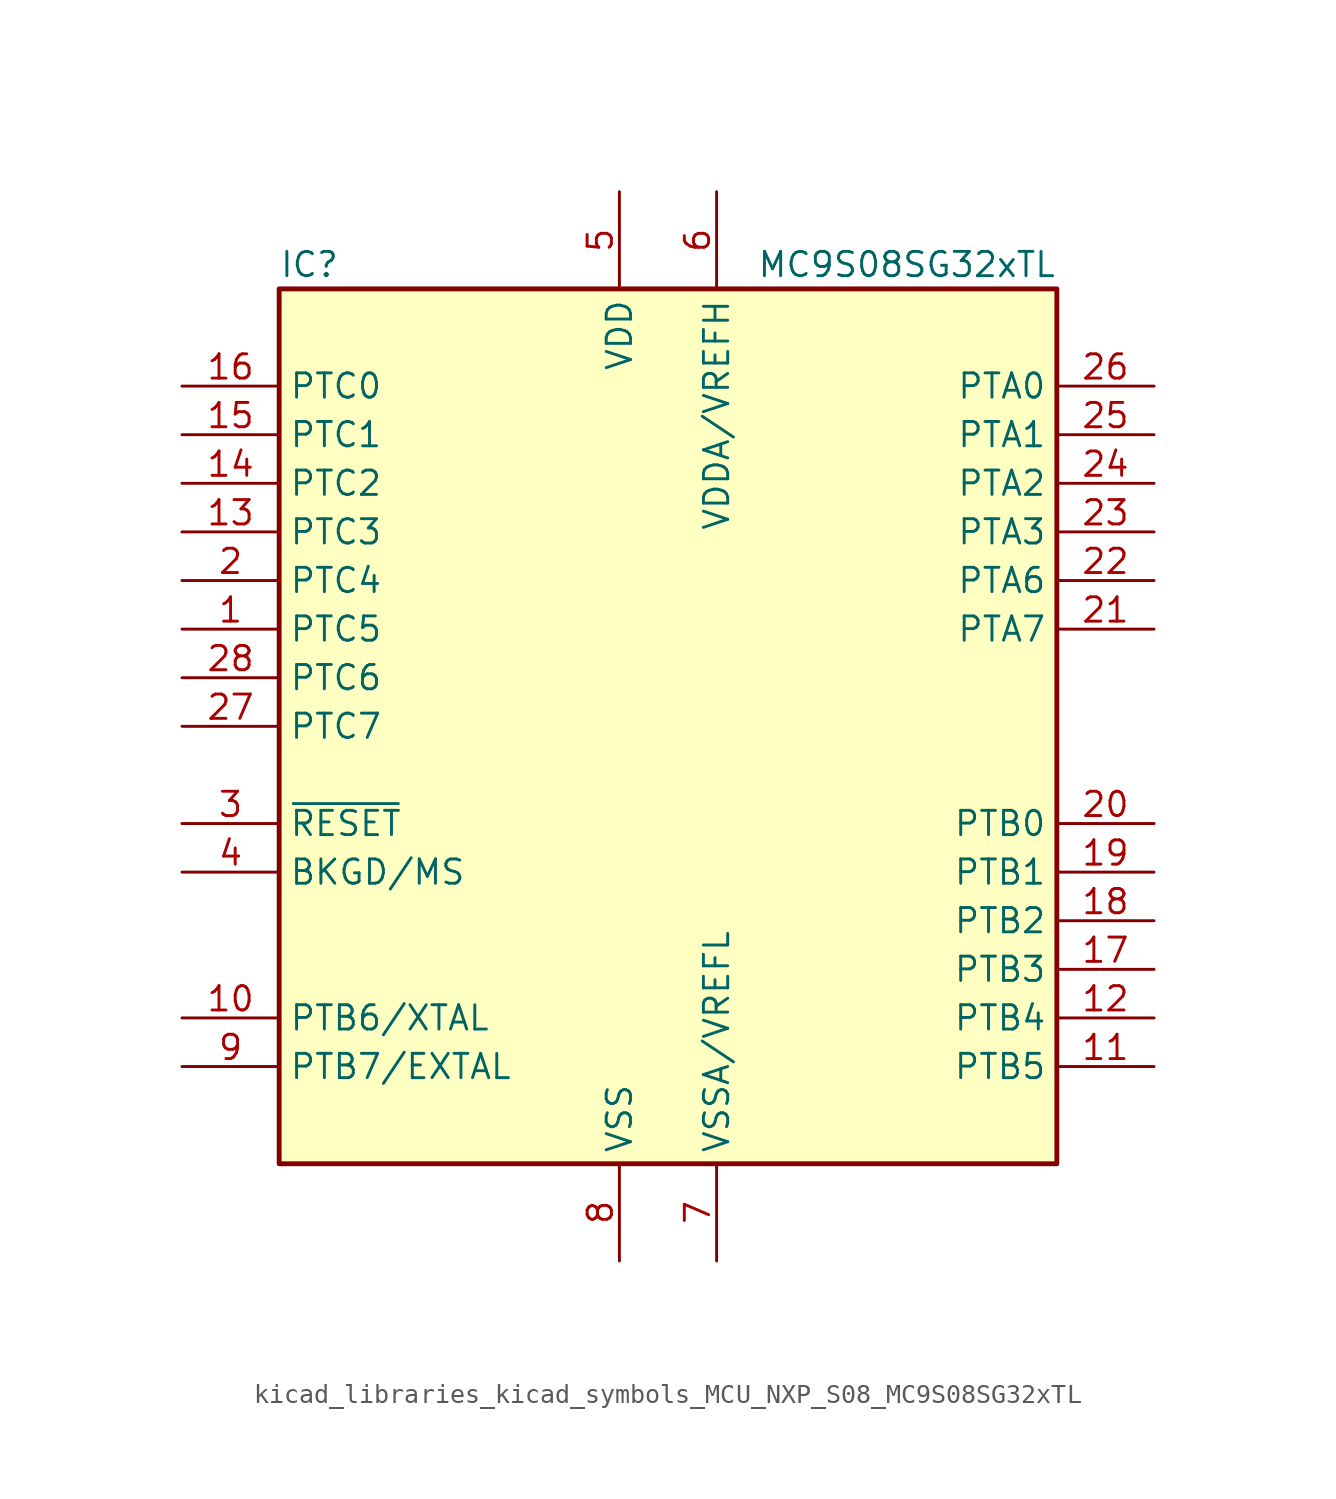
<source format=kicad_sym>
(kicad_symbol_lib
  (version 20220914)
  (generator kicad_symbol_editor)
  (symbol "kicad_libraries_kicad_symbols_MCU_NXP_S08_MC9S08SG32xTL"
    (property "Reference" "IC"
      (at -20.32 24.13 0)
      (effects (font (size 1.27 1.27)) (justify left)))
    (property "Value" "MC9S08SG32xTL"
      (at 20.32 24.13 0)
      (effects (font (size 1.27 1.27)) (justify right)))
    (symbol "kicad_libraries_kicad_symbols_MCU_NXP_S08_MC9S08SG32xTL_0_1"
      (rectangle (start -20.32 22.86) (end 20.32 -22.86) (stroke (width 0.254) (type default)) (fill (type background))))
    (symbol "kicad_libraries_kicad_symbols_MCU_NXP_S08_MC9S08SG32xTL_1_1"
      (pin bidirectional line (at -25.4 5.08 0) (length 5.08) (name "PTC5" (effects (font (size 1.27 1.27)))) (number "1" (effects (font (size 1.27 1.27)))))
      (pin bidirectional line (at -25.4 -15.24 0) (length 5.08) (name "PTB6/XTAL" (effects (font (size 1.27 1.27)))) (number "10" (effects (font (size 1.27 1.27)))))
      (pin bidirectional line (at 25.4 -17.78 180) (length 5.08) (name "PTB5" (effects (font (size 1.27 1.27)))) (number "11" (effects (font (size 1.27 1.27)))))
      (pin bidirectional line (at 25.4 -15.24 180) (length 5.08) (name "PTB4" (effects (font (size 1.27 1.27)))) (number "12" (effects (font (size 1.27 1.27)))))
      (pin bidirectional line (at -25.4 10.16 0) (length 5.08) (name "PTC3" (effects (font (size 1.27 1.27)))) (number "13" (effects (font (size 1.27 1.27)))))
      (pin bidirectional line (at -25.4 12.7 0) (length 5.08) (name "PTC2" (effects (font (size 1.27 1.27)))) (number "14" (effects (font (size 1.27 1.27)))))
      (pin bidirectional line (at -25.4 15.24 0) (length 5.08) (name "PTC1" (effects (font (size 1.27 1.27)))) (number "15" (effects (font (size 1.27 1.27)))))
      (pin bidirectional line (at -25.4 17.78 0) (length 5.08) (name "PTC0" (effects (font (size 1.27 1.27)))) (number "16" (effects (font (size 1.27 1.27)))))
      (pin bidirectional line (at 25.4 -12.7 180) (length 5.08) (name "PTB3" (effects (font (size 1.27 1.27)))) (number "17" (effects (font (size 1.27 1.27)))))
      (pin bidirectional line (at 25.4 -10.16 180) (length 5.08) (name "PTB2" (effects (font (size 1.27 1.27)))) (number "18" (effects (font (size 1.27 1.27)))))
      (pin bidirectional line (at 25.4 -7.62 180) (length 5.08) (name "PTB1" (effects (font (size 1.27 1.27)))) (number "19" (effects (font (size 1.27 1.27)))))
      (pin bidirectional line (at -25.4 7.62 0) (length 5.08) (name "PTC4" (effects (font (size 1.27 1.27)))) (number "2" (effects (font (size 1.27 1.27)))))
      (pin bidirectional line (at 25.4 -5.08 180) (length 5.08) (name "PTB0" (effects (font (size 1.27 1.27)))) (number "20" (effects (font (size 1.27 1.27)))))
      (pin bidirectional line (at 25.4 5.08 180) (length 5.08) (name "PTA7" (effects (font (size 1.27 1.27)))) (number "21" (effects (font (size 1.27 1.27)))))
      (pin bidirectional line (at 25.4 7.62 180) (length 5.08) (name "PTA6" (effects (font (size 1.27 1.27)))) (number "22" (effects (font (size 1.27 1.27)))))
      (pin bidirectional line (at 25.4 10.16 180) (length 5.08) (name "PTA3" (effects (font (size 1.27 1.27)))) (number "23" (effects (font (size 1.27 1.27)))))
      (pin bidirectional line (at 25.4 12.7 180) (length 5.08) (name "PTA2" (effects (font (size 1.27 1.27)))) (number "24" (effects (font (size 1.27 1.27)))))
      (pin bidirectional line (at 25.4 15.24 180) (length 5.08) (name "PTA1" (effects (font (size 1.27 1.27)))) (number "25" (effects (font (size 1.27 1.27)))))
      (pin bidirectional line (at 25.4 17.78 180) (length 5.08) (name "PTA0" (effects (font (size 1.27 1.27)))) (number "26" (effects (font (size 1.27 1.27)))))
      (pin bidirectional line (at -25.4 0 0) (length 5.08) (name "PTC7" (effects (font (size 1.27 1.27)))) (number "27" (effects (font (size 1.27 1.27)))))
      (pin bidirectional line (at -25.4 2.54 0) (length 5.08) (name "PTC6" (effects (font (size 1.27 1.27)))) (number "28" (effects (font (size 1.27 1.27)))))
      (pin input line (at -25.4 -5.08 0) (length 5.08) (name "~{RESET}" (effects (font (size 1.27 1.27)))) (number "3" (effects (font (size 1.27 1.27)))))
      (pin bidirectional line (at -25.4 -7.62 0) (length 5.08) (name "BKGD/MS" (effects (font (size 1.27 1.27)))) (number "4" (effects (font (size 1.27 1.27)))))
      (pin power_in line (at -2.54 27.94 270) (length 5.08) (name "VDD" (effects (font (size 1.27 1.27)))) (number "5" (effects (font (size 1.27 1.27)))))
      (pin power_in line (at 2.54 27.94 270) (length 5.08) (name "VDDA/VREFH" (effects (font (size 1.27 1.27)))) (number "6" (effects (font (size 1.27 1.27)))))
      (pin power_in line (at 2.54 -27.94 90) (length 5.08) (name "VSSA/VREFL" (effects (font (size 1.27 1.27)))) (number "7" (effects (font (size 1.27 1.27)))))
      (pin power_in line (at -2.54 -27.94 90) (length 5.08) (name "VSS" (effects (font (size 1.27 1.27)))) (number "8" (effects (font (size 1.27 1.27)))))
      (pin bidirectional line (at -25.4 -17.78 0) (length 5.08) (name "PTB7/EXTAL" (effects (font (size 1.27 1.27)))) (number "9" (effects (font (size 1.27 1.27))))))))
</source>
